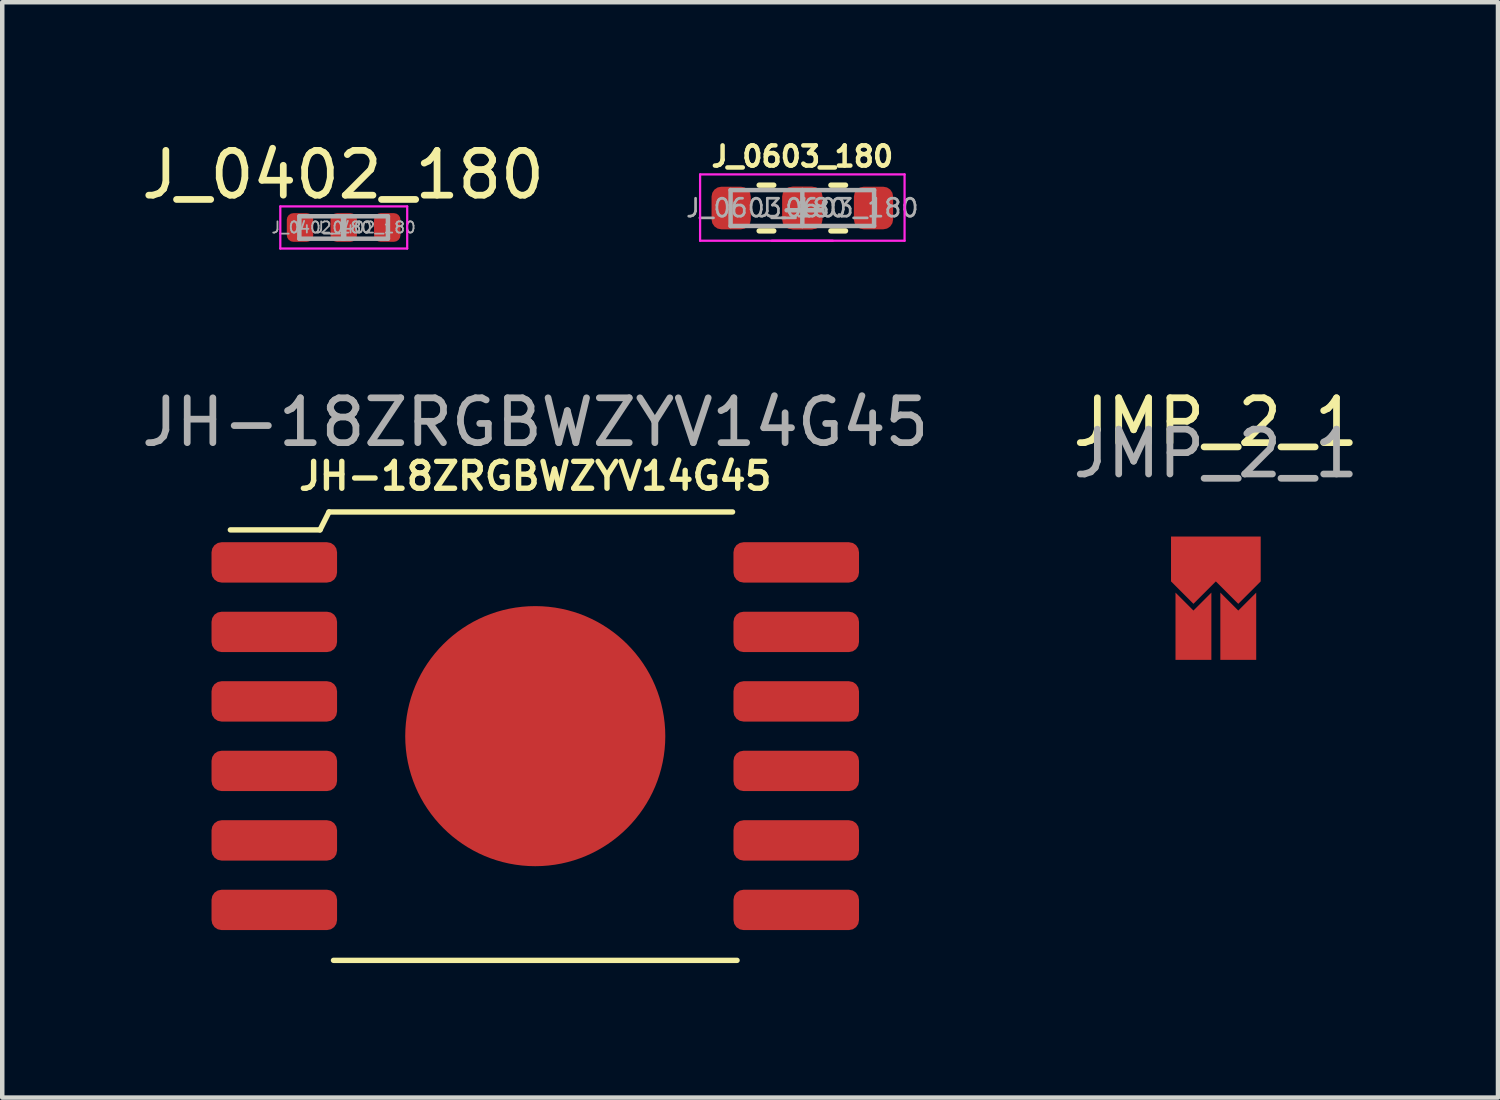
<source format=kicad_pcb>
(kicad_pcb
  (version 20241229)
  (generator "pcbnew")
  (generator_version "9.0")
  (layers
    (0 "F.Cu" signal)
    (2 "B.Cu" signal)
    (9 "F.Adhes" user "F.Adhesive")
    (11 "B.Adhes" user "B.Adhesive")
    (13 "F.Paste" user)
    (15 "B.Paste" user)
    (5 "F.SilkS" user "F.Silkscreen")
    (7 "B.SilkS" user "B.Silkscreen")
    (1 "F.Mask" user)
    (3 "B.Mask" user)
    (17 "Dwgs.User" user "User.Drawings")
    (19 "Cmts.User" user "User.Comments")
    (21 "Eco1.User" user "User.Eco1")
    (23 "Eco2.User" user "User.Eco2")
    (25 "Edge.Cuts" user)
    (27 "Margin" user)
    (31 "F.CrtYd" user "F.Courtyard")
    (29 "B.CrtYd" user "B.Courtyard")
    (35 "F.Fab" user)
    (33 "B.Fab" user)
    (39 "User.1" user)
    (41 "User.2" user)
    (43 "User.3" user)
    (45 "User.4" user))
  (footprint "J_0402_180"
    (layer "F.Cu")
    (at 4.601 2.023)
    (property "Reference" "J_0402_180" (at 0 -1.175 0) (layer "F.SilkS") (effects (font (size 1 1) (thickness 0.15))))
    (attr smd)
    (fp_line (start -1.4 -0.47) (end 1.43 -0.47) (stroke (width 0.05) (type solid)) (layer "F.CrtYd"))
    (fp_line (start -1.4 0.47) (end -1.4 -0.47) (stroke (width 0.05) (type solid)) (layer "F.CrtYd"))
    (fp_line (start 1.43 -0.47) (end 1.43 0.47) (stroke (width 0.05) (type solid)) (layer "F.CrtYd"))
    (fp_line (start 1.43 0.47) (end -1.4 0.47) (stroke (width 0.05) (type solid)) (layer "F.CrtYd"))
    (fp_line (start -0.975 -0.25) (end 0.025 -0.25) (stroke (width 0.1) (type solid)) (layer "F.Fab"))
    (fp_line (start -0.975 0.25) (end -0.975 -0.25) (stroke (width 0.1) (type solid)) (layer "F.Fab"))
    (fp_line (start 0 -0.25) (end 1 -0.25) (stroke (width 0.1) (type solid)) (layer "F.Fab"))
    (fp_line (start 0 0.25) (end 0 -0.25) (stroke (width 0.1) (type solid)) (layer "F.Fab"))
    (fp_line (start 0.025 -0.25) (end 0.025 0.25) (stroke (width 0.1) (type solid)) (layer "F.Fab"))
    (fp_line (start 0.025 0.25) (end -0.975 0.25) (stroke (width 0.1) (type solid)) (layer "F.Fab"))
    (fp_line (start 1 -0.25) (end 1 0.25) (stroke (width 0.1) (type solid)) (layer "F.Fab"))
    (fp_line (start 1 0.25) (end 0 0.25) (stroke (width 0.1) (type solid)) (layer "F.Fab"))
    (fp_text user "${REFERENCE}" (at 0.5 0 0) (layer "F.Fab") (effects (font (size 0.25 0.25) (thickness 0.04))))
    (fp_text user "${REFERENCE}" (at -0.475 0 0) (layer "F.Fab") (effects (font (size 0.25 0.25) (thickness 0.04))))
    (pad "1" smd roundrect (at -0.96 0) (size 0.59 0.64) (layers "F.Cu" "F.Mask" "F.Paste") (roundrect_rratio 0.25))
    (pad "2" smd roundrect (at 0.015 0) (size 0.59 0.64) (layers "F.Cu" "F.Mask" "F.Paste") (roundrect_rratio 0.25))
    (pad "3" smd roundrect (at 0.985 0) (size 0.59 0.64) (layers "F.Cu" "F.Mask" "F.Paste") (roundrect_rratio 0.25)))
  (footprint "J_0603_180"
    (layer "F.Cu")
    (at 14.843 1.589)
    (property "Reference" "J_0603_180" (at 0 -1.15 0) (layer "F.SilkS") (effects (font (size 0.45 0.45) (thickness 0.1))))
    (attr smd)
    (fp_line (start -0.637 -0.51) (end -0.963 -0.51) (stroke (width 0.12) (type solid)) (layer "F.SilkS"))
    (fp_line (start -0.637 0.51) (end -0.963 0.51) (stroke (width 0.12) (type solid)) (layer "F.SilkS"))
    (fp_line (start 0.637 -0.51) (end 0.963 -0.51) (stroke (width 0.12) (type solid)) (layer "F.SilkS"))
    (fp_line (start 0.637 0.51) (end 0.963 0.51) (stroke (width 0.12) (type solid)) (layer "F.SilkS"))
    (fp_line (start -2.28 0.73) (end -2.28 -0.75) (stroke (width 0.05) (type solid)) (layer "F.CrtYd"))
    (fp_line (start 0.68 0.73) (end -2.28 0.73) (stroke (width 0.05) (type solid)) (layer "F.CrtYd"))
    (fp_line (start 2.28 -0.75) (end -2.28 -0.75) (stroke (width 0.05) (type solid)) (layer "F.CrtYd"))
    (fp_line (start 2.28 -0.75) (end 2.28 0.73) (stroke (width 0.05) (type solid)) (layer "F.CrtYd"))
    (fp_line (start 2.28 0.73) (end -0.68 0.73) (stroke (width 0.05) (type solid)) (layer "F.CrtYd"))
    (fp_line (start -1.6 -0.4) (end 0 -0.4) (stroke (width 0.1) (type solid)) (layer "F.Fab"))
    (fp_line (start -1.6 0.4) (end -1.6 -0.4) (stroke (width 0.1) (type solid)) (layer "F.Fab"))
    (fp_line (start 0 -0.4) (end 1.6 -0.4) (stroke (width 0.1) (type solid)) (layer "F.Fab"))
    (fp_line (start 0 0.4) (end -1.6 0.4) (stroke (width 0.1) (type solid)) (layer "F.Fab"))
    (fp_line (start 0 0.4) (end 0 -0.4) (stroke (width 0.1) (type solid)) (layer "F.Fab"))
    (fp_line (start 0.45 0.05) (end -0.35 0.05) (stroke (width 0.1) (type solid)) (layer "F.Fab"))
    (fp_line (start 1.6 -0.4) (end 1.6 0.4) (stroke (width 0.1) (type solid)) (layer "F.Fab"))
    (fp_line (start 1.6 0.4) (end 0 0.4) (stroke (width 0.1) (type solid)) (layer "F.Fab"))
    (fp_text user "${REFERENCE}" (at 0.8 0 0) (layer "F.Fab") (effects (font (size 0.4 0.4) (thickness 0.06))))
    (fp_text user "${REFERENCE}" (at -0.8 0 180) (layer "F.Fab") (effects (font (size 0.4 0.4) (thickness 0.06))))
    (pad "1" smd roundrect (at 1.587 0) (size 0.875 0.95) (layers "F.Cu" "F.Mask" "F.Paste") (roundrect_rratio 0.25))
    (pad "2" smd roundrect (at -0.013 0 180) (size 0.875 0.95) (layers "F.Cu" "F.Mask" "F.Paste") (roundrect_rratio 0.25))
    (pad "2" smd roundrect (at 0.013 0) (size 0.875 0.95) (layers "F.Cu" "F.Mask" "F.Paste") (roundrect_rratio 0.25))
    (pad "3" smd roundrect (at -1.587 0 180) (size 0.875 0.95) (layers "F.Cu" "F.Mask" "F.Paste") (roundrect_rratio 0.25)))
  (footprint "JH-18ZRGBWZYV14G45"
    (layer "F.Cu")
    (at 8.887 13.367)
    (property "Reference" "JH-18ZRGBWZYV14G45" (at 0 -5.8 0) (unlocked yes) (layer "F.SilkS") (effects (font (size 0.6 0.6) (thickness 0.12))))
    (attr smd)
    (fp_line (start -4.8 -4.6) (end -6.8 -4.6) (stroke (width 0.12) (type solid)) (layer "F.SilkS"))
    (fp_line (start -4.6 -5) (end -4.8 -4.6) (stroke (width 0.12) (type solid)) (layer "F.SilkS"))
    (fp_line (start 4.4 -5) (end -4.6 -5) (stroke (width 0.12) (type solid)) (layer "F.SilkS"))
    (fp_line (start 4.5 5) (end -4.5 5) (stroke (width 0.12) (type solid)) (layer "F.SilkS"))
    (fp_line (start -4.5 4) (end -4.5 -4) (stroke (width 0.12) (type solid)) (layer "Eco1.User"))
    (fp_line (start -4 -4.5) (end 3.5 -4.5) (stroke (width 0.12) (type solid)) (layer "Eco1.User"))
    (fp_line (start -4 -2.05) (end -4 2.05) (stroke (width 0.12) (type solid)) (layer "Eco1.User"))
    (fp_line (start 3.5 4.5) (end -4 4.5) (stroke (width 0.12) (type solid)) (layer "Eco1.User"))
    (fp_line (start 4 -2.05) (end 4 2.05) (stroke (width 0.12) (type solid)) (layer "Eco1.User"))
    (fp_line (start 4.5 -3.5) (end 4.5 3.5) (stroke (width 0.12) (type solid)) (layer "Eco1.User"))
    (fp_arc (start -4.5 -4) (mid -4.353553 -4.353553) (end -4 -4.5) (stroke (width 0.12) (type solid)) (layer "Eco1.User"))
    (fp_arc (start -4 -2.05) (mid 0 -4.495494) (end 4 -2.05) (stroke (width 0.12) (type solid)) (layer "Eco1.User"))
    (fp_arc (start -4 4.5) (mid -4.353553 4.353553) (end -4.5 4) (stroke (width 0.12) (type solid)) (layer "Eco1.User"))
    (fp_arc (start 3.5 -4.5) (mid 4.207107 -4.207107) (end 4.5 -3.5) (stroke (width 0.12) (type solid)) (layer "Eco1.User"))
    (fp_arc (start 4 2.048575) (mid 0 4.494069) (end -4 2.048575) (stroke (width 0.12) (type solid)) (layer "Eco1.User"))
    (fp_arc (start 4.5 3.5) (mid 4.207107 4.207107) (end 3.5 4.5) (stroke (width 0.12) (type solid)) (layer "Eco1.User"))
    (fp_circle (center 0 0) (end 2.5 0) (stroke (width 0.12) (type solid)) (fill no) (layer "Eco1.User"))
    (fp_text user "${REFERENCE}" (at 0 -7 0) (unlocked yes) (layer "F.Fab") (effects (font (size 1 1) (thickness 0.15))))
    (pad "1" smd roundrect (at -5.82 -3.875) (size 2.8 0.9) (layers "F.Cu" "F.Mask" "F.Paste") (roundrect_rratio 0.25))
    (pad "2" smd roundrect (at -5.82 -2.325) (size 2.8 0.9) (layers "F.Cu" "F.Mask" "F.Paste") (roundrect_rratio 0.25))
    (pad "3" smd roundrect (at -5.82 -0.775) (size 2.8 0.9) (layers "F.Cu" "F.Mask" "F.Paste") (roundrect_rratio 0.25))
    (pad "4" smd roundrect (at -5.82 0.775) (size 2.8 0.9) (layers "F.Cu" "F.Mask" "F.Paste") (roundrect_rratio 0.25))
    (pad "5" smd roundrect (at -5.82 2.325) (size 2.8 0.9) (layers "F.Cu" "F.Mask" "F.Paste") (roundrect_rratio 0.25))
    (pad "6" smd roundrect (at -5.82 3.875) (size 2.8 0.9) (layers "F.Cu" "F.Mask" "F.Paste") (roundrect_rratio 0.25))
    (pad "7" smd roundrect (at 5.82 3.875) (size 2.8 0.9) (layers "F.Cu" "F.Mask" "F.Paste") (roundrect_rratio 0.25))
    (pad "8" smd roundrect (at 5.82 2.325) (size 2.8 0.9) (layers "F.Cu" "F.Mask" "F.Paste") (roundrect_rratio 0.25))
    (pad "9" smd roundrect (at 5.82 0.775) (size 2.8 0.9) (layers "F.Cu" "F.Mask" "F.Paste") (roundrect_rratio 0.25))
    (pad "10" smd roundrect (at 5.82 -0.775) (size 2.8 0.9) (layers "F.Cu" "F.Mask" "F.Paste") (roundrect_rratio 0.25))
    (pad "11" smd roundrect (at 5.82 -2.325) (size 2.8 0.9) (layers "F.Cu" "F.Mask" "F.Paste") (roundrect_rratio 0.25))
    (pad "12" smd roundrect (at 5.82 -3.875) (size 2.8 0.9) (layers "F.Cu" "F.Mask" "F.Paste") (roundrect_rratio 0.25))
    (pad "13" smd circle (at 0 0) (size 5.8 5.8) (layers "F.Cu" "F.Mask" "F.Paste")))
  (footprint "JMP_2_1"
    (layer "F.Cu")
    (at 24.065 10.166)
    (property "Reference" "JMP_2_1" (at 0 -3.8 0) (unlocked yes) (layer "F.SilkS") (effects (font (size 1 1) (thickness 0.15))))
    (attr smd)
    (fp_text user "${REFERENCE}" (at 0 -3.1 0) (unlocked yes) (layer "F.Fab") (effects (font (size 1 1) (thickness 0.15))))
    (pad "1" smd custom (at -0.5 1 180) (size 0.8 1) (layers "F.Cu" "F.Mask") (options (anchor rect)) (primitives (gr_poly (pts (xy 0.4 0.35) (xy 0.4 1) (xy 0 0.6) (xy -0.4 1) (xy -0.4 0.35)) (width 0) (fill yes))))
    (pad "2" smd custom (at 0 -0.75 180) (size 2 1) (layers "F.Cu" "F.Mask") (options (anchor rect)) (primitives (gr_poly (pts (xy 1 -0.5) (xy 0.5 -1) (xy 0 -0.5) (xy -0.5 -1) (xy -1 -0.5) (xy 0 0.5)) (width 0) (fill yes))))
    (pad "3" smd custom (at 0.5 1 180) (size 0.8 1) (layers "F.Cu" "F.Mask") (options (anchor rect)) (primitives (gr_poly (pts (xy 0.4 0.35) (xy 0.4 1) (xy 0 0.6) (xy -0.4 1) (xy -0.4 0.35)) (width 0) (fill yes)))))
  (gr_rect
    (start -3 -3)
    (end 30.357 21.427)
    (stroke (width 0.1) (type default))
    (fill no)
    (layer "Edge.Cuts")))
</source>
